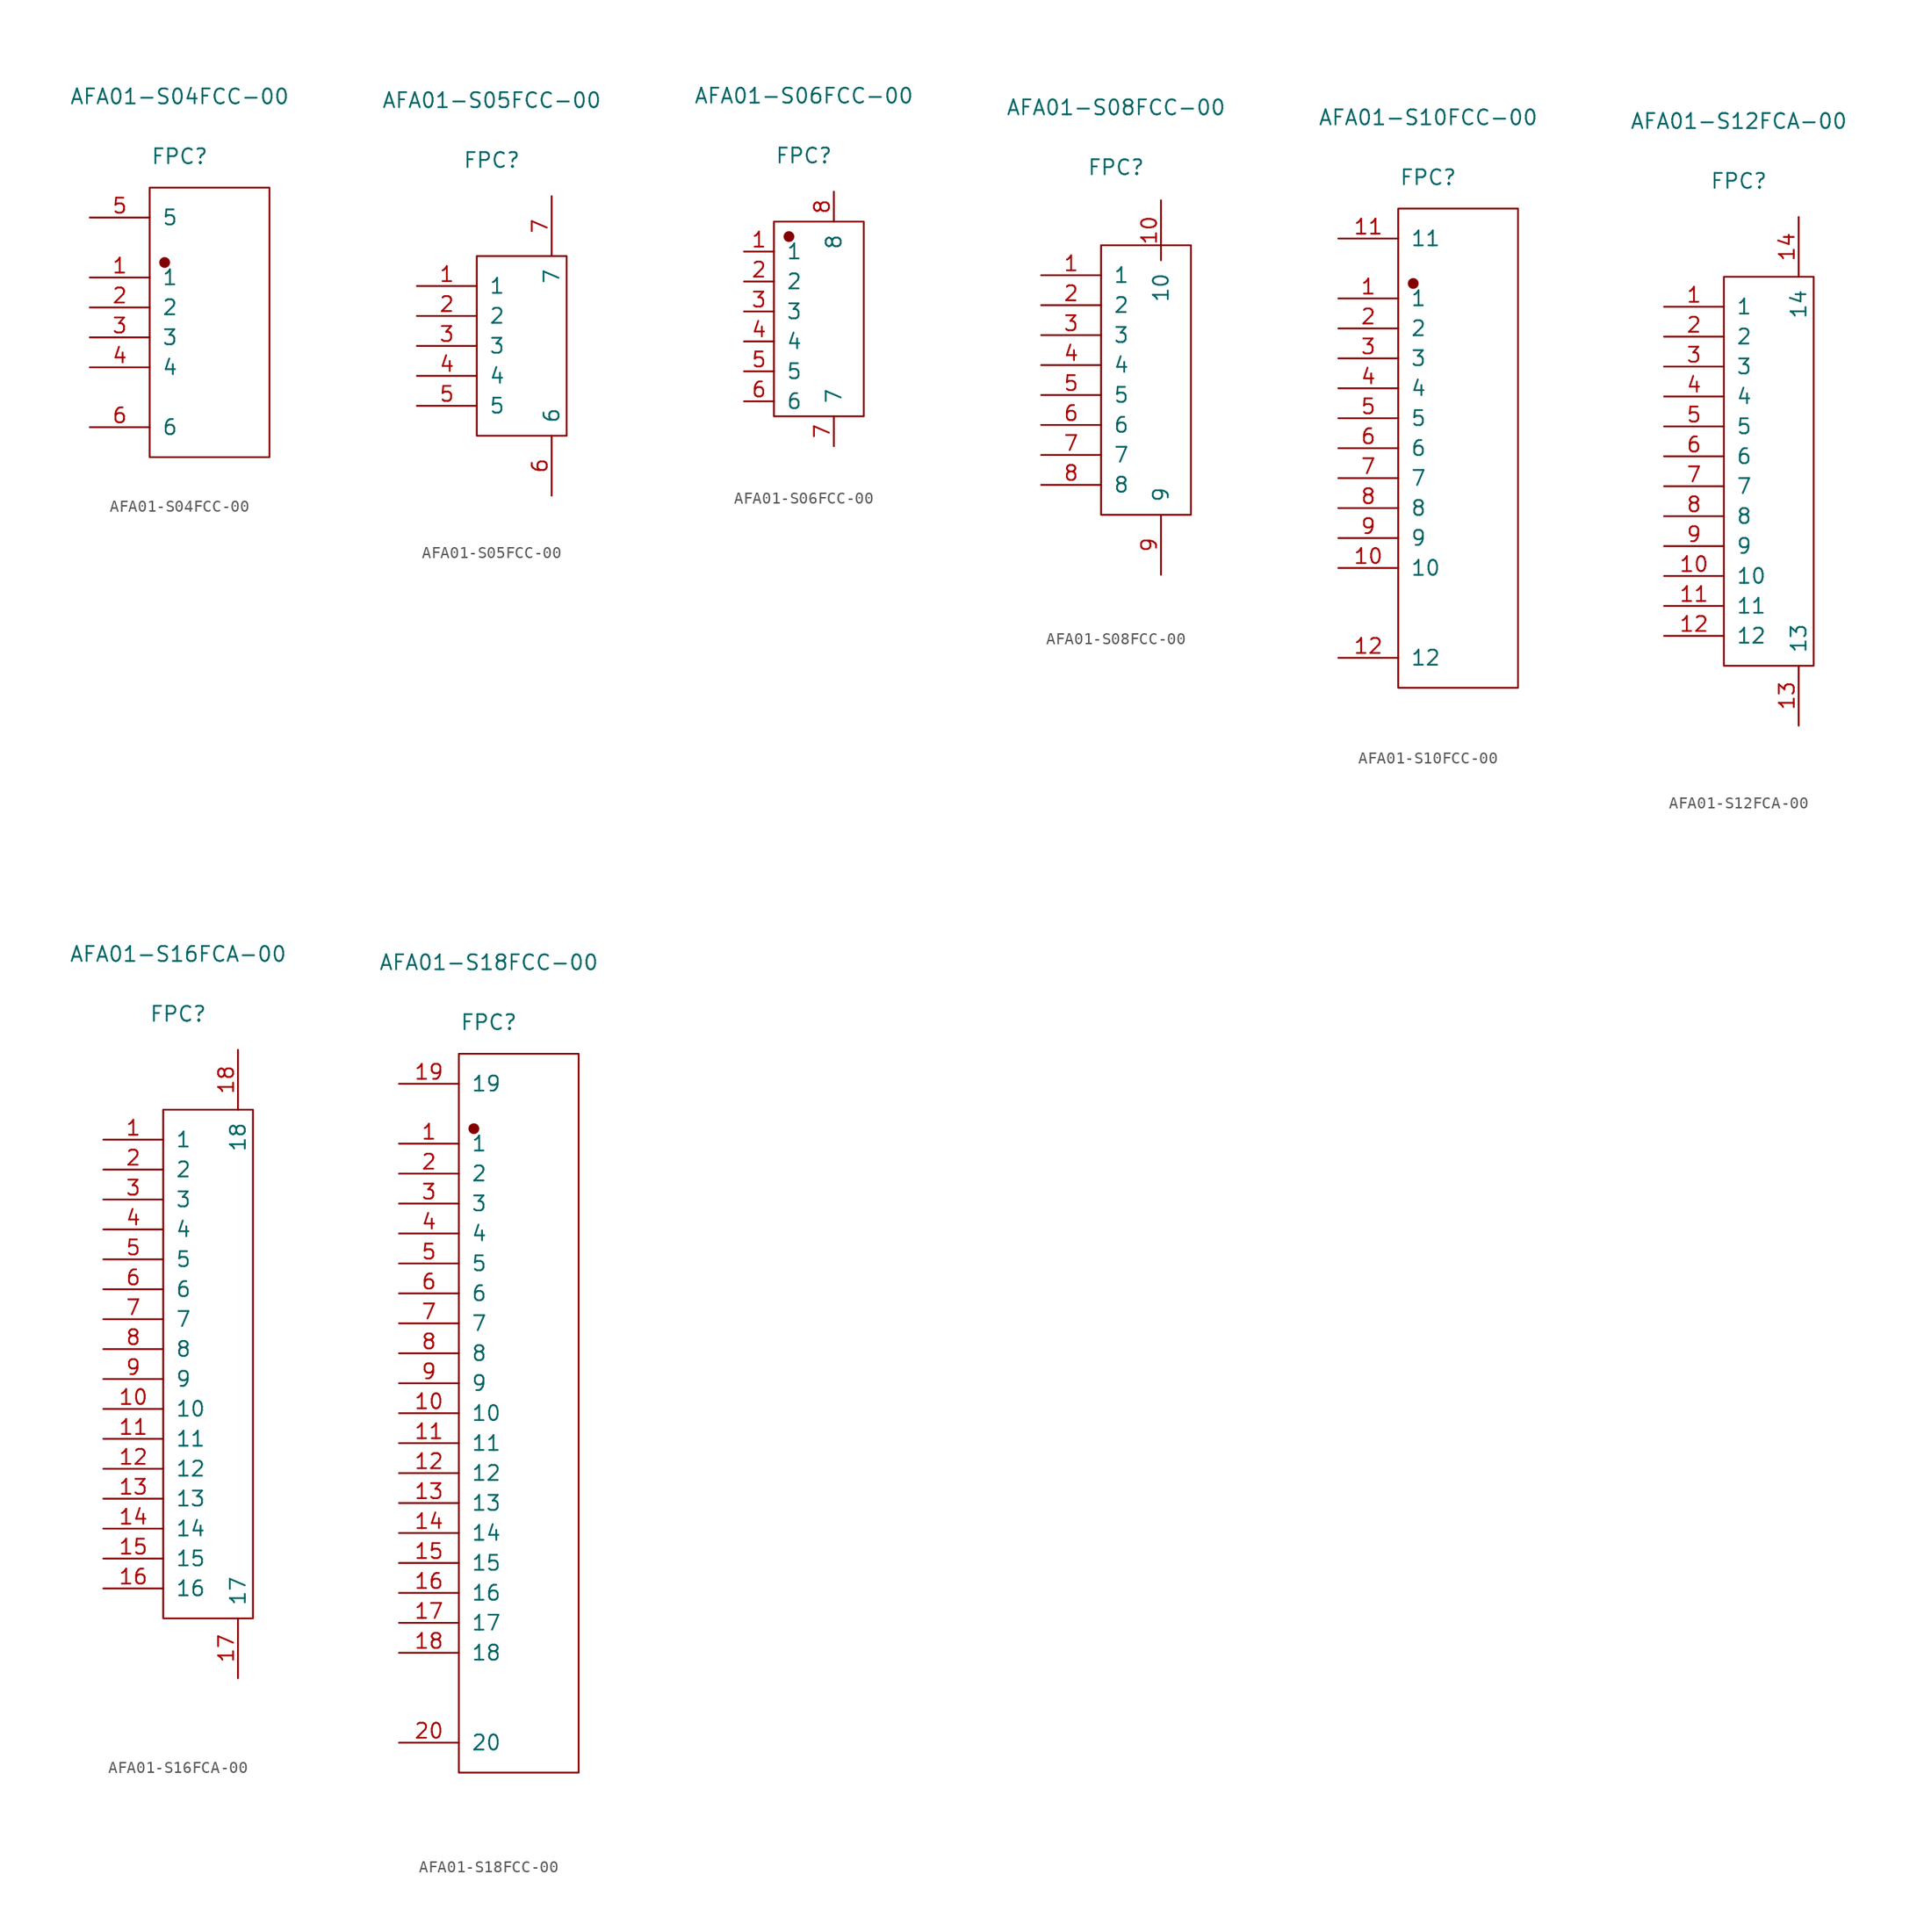
<source format=kicad_sym>
(kicad_symbol_lib
  (version 20220914)
  (generator kicad_symbol_editor)
  (symbol "AFA01-S04FCC-00"
    (pin_names
      (offset 1.016))
    (property "Reference" "FPC"
      (at 0 14.072 0)
      (effects (font (size 1.27 1.27))))
    (property "Value" "AFA01-S04FCC-00"
      (at 0 19.152 0)
      (effects (font (size 1.27 1.27))))
    (symbol "AFA01-S04FCC-00_1_1"
      (rectangle (start -2.54 11.43) (end 7.62 -11.43) (stroke (width 0.152) (type solid)) (fill (type none)))
      (circle (center -1.27 5.08) (radius 0.381) (stroke (width 0.152) (type solid)) (fill (type outline)))
      (pin input line (at -7.62 3.81 0) (length 5.08) (name "1" (effects (font (size 1.27 1.27)))) (number "1" (effects (font (size 1.27 1.27)))))
      (pin input line (at -7.62 1.27 0) (length 5.08) (name "2" (effects (font (size 1.27 1.27)))) (number "2" (effects (font (size 1.27 1.27)))))
      (pin input line (at -7.62 -1.27 0) (length 5.08) (name "3" (effects (font (size 1.27 1.27)))) (number "3" (effects (font (size 1.27 1.27)))))
      (pin input line (at -7.62 -3.81 0) (length 5.08) (name "4" (effects (font (size 1.27 1.27)))) (number "4" (effects (font (size 1.27 1.27)))))
      (pin input line (at -7.62 8.89 0) (length 5.08) (name "5" (effects (font (size 1.27 1.27)))) (number "5" (effects (font (size 1.27 1.27)))))
      (pin input line (at -7.62 -8.89 0) (length 5.08) (name "6" (effects (font (size 1.27 1.27)))) (number "6" (effects (font (size 1.27 1.27)))))))
  (symbol "AFA01-S05FCC-00"
    (pin_names
      (offset 1.016))
    (property "Reference" "FPC"
      (at 0 15.748 0)
      (effects (font (size 1.27 1.27))))
    (property "Value" "AFA01-S05FCC-00"
      (at 0 20.828 0)
      (effects (font (size 1.27 1.27))))
    (symbol "AFA01-S05FCC-00_1_1"
      (rectangle (start -1.27 7.62) (end 6.35 -7.62) (stroke (width 0.152) (type solid)) (fill (type none)))
      (pin input line (at -6.35 5.08 0) (length 5.08) (name "1" (effects (font (size 1.27 1.27)))) (number "1" (effects (font (size 1.27 1.27)))))
      (pin input line (at -6.35 2.54 0) (length 5.08) (name "2" (effects (font (size 1.27 1.27)))) (number "2" (effects (font (size 1.27 1.27)))))
      (pin input line (at -6.35 0 0) (length 5.08) (name "3" (effects (font (size 1.27 1.27)))) (number "3" (effects (font (size 1.27 1.27)))))
      (pin input line (at -6.35 -2.54 0) (length 5.08) (name "4" (effects (font (size 1.27 1.27)))) (number "4" (effects (font (size 1.27 1.27)))))
      (pin input line (at -6.35 -5.08 0) (length 5.08) (name "5" (effects (font (size 1.27 1.27)))) (number "5" (effects (font (size 1.27 1.27)))))
      (pin input line (at 5.08 -12.7 90) (length 5.08) (name "6" (effects (font (size 1.27 1.27)))) (number "6" (effects (font (size 1.27 1.27)))))
      (pin input line (at 5.08 12.7 270) (length 5.08) (name "7" (effects (font (size 1.27 1.27)))) (number "7" (effects (font (size 1.27 1.27)))))))
  (symbol "AFA01-S06FCC-00"
    (pin_names
      (offset 1.016))
    (property "Reference" "FPC"
      (at 0 14.478 0)
      (effects (font (size 1.27 1.27))))
    (property "Value" "AFA01-S06FCC-00"
      (at 0 19.558 0)
      (effects (font (size 1.27 1.27))))
    (symbol "AFA01-S06FCC-00_1_1"
      (rectangle (start -2.54 8.89) (end 5.08 -7.62) (stroke (width 0.152) (type solid)) (fill (type none)))
      (circle (center -1.27 7.62) (radius 0.381) (stroke (width 0.152) (type solid)) (fill (type outline)))
      (pin input line (at -5.08 6.35 0) (length 2.54) (name "1" (effects (font (size 1.27 1.27)))) (number "1" (effects (font (size 1.27 1.27)))))
      (pin input line (at -5.08 3.81 0) (length 2.54) (name "2" (effects (font (size 1.27 1.27)))) (number "2" (effects (font (size 1.27 1.27)))))
      (pin input line (at -5.08 1.27 0) (length 2.54) (name "3" (effects (font (size 1.27 1.27)))) (number "3" (effects (font (size 1.27 1.27)))))
      (pin input line (at -5.08 -1.27 0) (length 2.54) (name "4" (effects (font (size 1.27 1.27)))) (number "4" (effects (font (size 1.27 1.27)))))
      (pin input line (at -5.08 -3.81 0) (length 2.54) (name "5" (effects (font (size 1.27 1.27)))) (number "5" (effects (font (size 1.27 1.27)))))
      (pin input line (at -5.08 -6.35 0) (length 2.54) (name "6" (effects (font (size 1.27 1.27)))) (number "6" (effects (font (size 1.27 1.27)))))
      (pin input line (at 2.54 -10.16 90) (length 2.54) (name "7" (effects (font (size 1.27 1.27)))) (number "7" (effects (font (size 1.27 1.27)))))
      (pin input line (at 2.54 11.43 270) (length 2.54) (name "8" (effects (font (size 1.27 1.27)))) (number "8" (effects (font (size 1.27 1.27)))))))
  (symbol "AFA01-S08FCC-00"
    (pin_names
      (offset 1.016))
    (property "Reference" "FPC"
      (at 0 18.034 0)
      (effects (font (size 1.27 1.27))))
    (property "Value" "AFA01-S08FCC-00"
      (at 0 23.114 0)
      (effects (font (size 1.27 1.27))))
    (symbol "AFA01-S08FCC-00_1_1"
      (rectangle (start -1.27 11.43) (end 6.35 -11.43) (stroke (width 0.152) (type solid)) (fill (type none)))
      (pin input line (at -6.35 8.89 0) (length 5.08) (name "1" (effects (font (size 1.27 1.27)))) (number "1" (effects (font (size 1.27 1.27)))))
      (pin input line (at 3.81 15.24 270) (length 5.08) (name "10" (effects (font (size 1.27 1.27)))) (number "10" (effects (font (size 1.27 1.27)))))
      (pin input line (at -6.35 6.35 0) (length 5.08) (name "2" (effects (font (size 1.27 1.27)))) (number "2" (effects (font (size 1.27 1.27)))))
      (pin input line (at -6.35 3.81 0) (length 5.08) (name "3" (effects (font (size 1.27 1.27)))) (number "3" (effects (font (size 1.27 1.27)))))
      (pin input line (at -6.35 1.27 0) (length 5.08) (name "4" (effects (font (size 1.27 1.27)))) (number "4" (effects (font (size 1.27 1.27)))))
      (pin input line (at -6.35 -1.27 0) (length 5.08) (name "5" (effects (font (size 1.27 1.27)))) (number "5" (effects (font (size 1.27 1.27)))))
      (pin input line (at -6.35 -3.81 0) (length 5.08) (name "6" (effects (font (size 1.27 1.27)))) (number "6" (effects (font (size 1.27 1.27)))))
      (pin input line (at -6.35 -6.35 0) (length 5.08) (name "7" (effects (font (size 1.27 1.27)))) (number "7" (effects (font (size 1.27 1.27)))))
      (pin input line (at -6.35 -8.89 0) (length 5.08) (name "8" (effects (font (size 1.27 1.27)))) (number "8" (effects (font (size 1.27 1.27)))))
      (pin input line (at 3.81 -16.51 90) (length 5.08) (name "9" (effects (font (size 1.27 1.27)))) (number "9" (effects (font (size 1.27 1.27)))))))
  (symbol "AFA01-S10FCC-00"
    (pin_names
      (offset 1.016))
    (property "Reference" "FPC"
      (at 0 22.962 0)
      (effects (font (size 1.27 1.27))))
    (property "Value" "AFA01-S10FCC-00"
      (at 0 28.042 0)
      (effects (font (size 1.27 1.27))))
    (symbol "AFA01-S10FCC-00_1_1"
      (rectangle (start -2.54 20.32) (end 7.62 -20.32) (stroke (width 0.152) (type solid)) (fill (type none)))
      (circle (center -1.27 13.97) (radius 0.381) (stroke (width 0.152) (type solid)) (fill (type outline)))
      (pin input line (at -7.62 12.7 0) (length 5.08) (name "1" (effects (font (size 1.27 1.27)))) (number "1" (effects (font (size 1.27 1.27)))))
      (pin input line (at -7.62 -10.16 0) (length 5.08) (name "10" (effects (font (size 1.27 1.27)))) (number "10" (effects (font (size 1.27 1.27)))))
      (pin input line (at -7.62 17.78 0) (length 5.08) (name "11" (effects (font (size 1.27 1.27)))) (number "11" (effects (font (size 1.27 1.27)))))
      (pin input line (at -7.62 -17.78 0) (length 5.08) (name "12" (effects (font (size 1.27 1.27)))) (number "12" (effects (font (size 1.27 1.27)))))
      (pin input line (at -7.62 10.16 0) (length 5.08) (name "2" (effects (font (size 1.27 1.27)))) (number "2" (effects (font (size 1.27 1.27)))))
      (pin input line (at -7.62 7.62 0) (length 5.08) (name "3" (effects (font (size 1.27 1.27)))) (number "3" (effects (font (size 1.27 1.27)))))
      (pin input line (at -7.62 5.08 0) (length 5.08) (name "4" (effects (font (size 1.27 1.27)))) (number "4" (effects (font (size 1.27 1.27)))))
      (pin input line (at -7.62 2.54 0) (length 5.08) (name "5" (effects (font (size 1.27 1.27)))) (number "5" (effects (font (size 1.27 1.27)))))
      (pin input line (at -7.62 0 0) (length 5.08) (name "6" (effects (font (size 1.27 1.27)))) (number "6" (effects (font (size 1.27 1.27)))))
      (pin input line (at -7.62 -2.54 0) (length 5.08) (name "7" (effects (font (size 1.27 1.27)))) (number "7" (effects (font (size 1.27 1.27)))))
      (pin input line (at -7.62 -5.08 0) (length 5.08) (name "8" (effects (font (size 1.27 1.27)))) (number "8" (effects (font (size 1.27 1.27)))))
      (pin input line (at -7.62 -7.62 0) (length 5.08) (name "9" (effects (font (size 1.27 1.27)))) (number "9" (effects (font (size 1.27 1.27)))))))
  (symbol "AFA01-S12FCA-00"
    (pin_names
      (offset 1.016))
    (property "Reference" "FPC"
      (at 0 24.638 0)
      (effects (font (size 1.27 1.27))))
    (property "Value" "AFA01-S12FCA-00"
      (at 0 29.718 0)
      (effects (font (size 1.27 1.27))))
    (symbol "AFA01-S12FCA-00_1_1"
      (rectangle (start -1.27 16.51) (end 6.35 -16.51) (stroke (width 0.152) (type solid)) (fill (type none)))
      (pin input line (at -6.35 13.97 0) (length 5.08) (name "1" (effects (font (size 1.27 1.27)))) (number "1" (effects (font (size 1.27 1.27)))))
      (pin input line (at -6.35 -8.89 0) (length 5.08) (name "10" (effects (font (size 1.27 1.27)))) (number "10" (effects (font (size 1.27 1.27)))))
      (pin input line (at -6.35 -11.43 0) (length 5.08) (name "11" (effects (font (size 1.27 1.27)))) (number "11" (effects (font (size 1.27 1.27)))))
      (pin input line (at -6.35 -13.97 0) (length 5.08) (name "12" (effects (font (size 1.27 1.27)))) (number "12" (effects (font (size 1.27 1.27)))))
      (pin input line (at 5.08 -21.59 90) (length 5.08) (name "13" (effects (font (size 1.27 1.27)))) (number "13" (effects (font (size 1.27 1.27)))))
      (pin input line (at 5.08 21.59 270) (length 5.08) (name "14" (effects (font (size 1.27 1.27)))) (number "14" (effects (font (size 1.27 1.27)))))
      (pin input line (at -6.35 11.43 0) (length 5.08) (name "2" (effects (font (size 1.27 1.27)))) (number "2" (effects (font (size 1.27 1.27)))))
      (pin input line (at -6.35 8.89 0) (length 5.08) (name "3" (effects (font (size 1.27 1.27)))) (number "3" (effects (font (size 1.27 1.27)))))
      (pin input line (at -6.35 6.35 0) (length 5.08) (name "4" (effects (font (size 1.27 1.27)))) (number "4" (effects (font (size 1.27 1.27)))))
      (pin input line (at -6.35 3.81 0) (length 5.08) (name "5" (effects (font (size 1.27 1.27)))) (number "5" (effects (font (size 1.27 1.27)))))
      (pin input line (at -6.35 1.27 0) (length 5.08) (name "6" (effects (font (size 1.27 1.27)))) (number "6" (effects (font (size 1.27 1.27)))))
      (pin input line (at -6.35 -1.27 0) (length 5.08) (name "7" (effects (font (size 1.27 1.27)))) (number "7" (effects (font (size 1.27 1.27)))))
      (pin input line (at -6.35 -3.81 0) (length 5.08) (name "8" (effects (font (size 1.27 1.27)))) (number "8" (effects (font (size 1.27 1.27)))))
      (pin input line (at -6.35 -6.35 0) (length 5.08) (name "9" (effects (font (size 1.27 1.27)))) (number "9" (effects (font (size 1.27 1.27)))))))
  (symbol "AFA01-S16FCA-00"
    (pin_names
      (offset 1.016))
    (property "Reference" "FPC"
      (at 0 29.718 0)
      (effects (font (size 1.27 1.27))))
    (property "Value" "AFA01-S16FCA-00"
      (at 0 34.798 0)
      (effects (font (size 1.27 1.27))))
    (symbol "AFA01-S16FCA-00_1_1"
      (rectangle (start -1.27 21.59) (end 6.35 -21.59) (stroke (width 0.152) (type solid)) (fill (type none)))
      (pin input line (at -6.35 19.05 0) (length 5.08) (name "1" (effects (font (size 1.27 1.27)))) (number "1" (effects (font (size 1.27 1.27)))))
      (pin input line (at -6.35 -3.81 0) (length 5.08) (name "10" (effects (font (size 1.27 1.27)))) (number "10" (effects (font (size 1.27 1.27)))))
      (pin input line (at -6.35 -6.35 0) (length 5.08) (name "11" (effects (font (size 1.27 1.27)))) (number "11" (effects (font (size 1.27 1.27)))))
      (pin input line (at -6.35 -8.89 0) (length 5.08) (name "12" (effects (font (size 1.27 1.27)))) (number "12" (effects (font (size 1.27 1.27)))))
      (pin input line (at -6.35 -11.43 0) (length 5.08) (name "13" (effects (font (size 1.27 1.27)))) (number "13" (effects (font (size 1.27 1.27)))))
      (pin input line (at -6.35 -13.97 0) (length 5.08) (name "14" (effects (font (size 1.27 1.27)))) (number "14" (effects (font (size 1.27 1.27)))))
      (pin input line (at -6.35 -16.51 0) (length 5.08) (name "15" (effects (font (size 1.27 1.27)))) (number "15" (effects (font (size 1.27 1.27)))))
      (pin input line (at -6.35 -19.05 0) (length 5.08) (name "16" (effects (font (size 1.27 1.27)))) (number "16" (effects (font (size 1.27 1.27)))))
      (pin input line (at 5.08 -26.67 90) (length 5.08) (name "17" (effects (font (size 1.27 1.27)))) (number "17" (effects (font (size 1.27 1.27)))))
      (pin input line (at 5.08 26.67 270) (length 5.08) (name "18" (effects (font (size 1.27 1.27)))) (number "18" (effects (font (size 1.27 1.27)))))
      (pin input line (at -6.35 16.51 0) (length 5.08) (name "2" (effects (font (size 1.27 1.27)))) (number "2" (effects (font (size 1.27 1.27)))))
      (pin input line (at -6.35 13.97 0) (length 5.08) (name "3" (effects (font (size 1.27 1.27)))) (number "3" (effects (font (size 1.27 1.27)))))
      (pin input line (at -6.35 11.43 0) (length 5.08) (name "4" (effects (font (size 1.27 1.27)))) (number "4" (effects (font (size 1.27 1.27)))))
      (pin input line (at -6.35 8.89 0) (length 5.08) (name "5" (effects (font (size 1.27 1.27)))) (number "5" (effects (font (size 1.27 1.27)))))
      (pin input line (at -6.35 6.35 0) (length 5.08) (name "6" (effects (font (size 1.27 1.27)))) (number "6" (effects (font (size 1.27 1.27)))))
      (pin input line (at -6.35 3.81 0) (length 5.08) (name "7" (effects (font (size 1.27 1.27)))) (number "7" (effects (font (size 1.27 1.27)))))
      (pin input line (at -6.35 1.27 0) (length 5.08) (name "8" (effects (font (size 1.27 1.27)))) (number "8" (effects (font (size 1.27 1.27)))))
      (pin input line (at -6.35 -1.27 0) (length 5.08) (name "9" (effects (font (size 1.27 1.27)))) (number "9" (effects (font (size 1.27 1.27)))))))
  (symbol "AFA01-S18FCC-00"
    (pin_names
      (offset 1.016))
    (property "Reference" "FPC"
      (at 0 33.147 0)
      (effects (font (size 1.27 1.27))))
    (property "Value" "AFA01-S18FCC-00"
      (at 0 38.227 0)
      (effects (font (size 1.27 1.27))))
    (symbol "AFA01-S18FCC-00_1_1"
      (rectangle (start -2.54 30.48) (end 7.62 -30.48) (stroke (width 0.152) (type solid)) (fill (type none)))
      (circle (center -1.27 24.13) (radius 0.381) (stroke (width 0.152) (type solid)) (fill (type outline)))
      (pin input line (at -7.62 22.86 0) (length 5.08) (name "1" (effects (font (size 1.27 1.27)))) (number "1" (effects (font (size 1.27 1.27)))))
      (pin input line (at -7.62 0 0) (length 5.08) (name "10" (effects (font (size 1.27 1.27)))) (number "10" (effects (font (size 1.27 1.27)))))
      (pin input line (at -7.62 -2.54 0) (length 5.08) (name "11" (effects (font (size 1.27 1.27)))) (number "11" (effects (font (size 1.27 1.27)))))
      (pin input line (at -7.62 -5.08 0) (length 5.08) (name "12" (effects (font (size 1.27 1.27)))) (number "12" (effects (font (size 1.27 1.27)))))
      (pin input line (at -7.62 -7.62 0) (length 5.08) (name "13" (effects (font (size 1.27 1.27)))) (number "13" (effects (font (size 1.27 1.27)))))
      (pin input line (at -7.62 -10.16 0) (length 5.08) (name "14" (effects (font (size 1.27 1.27)))) (number "14" (effects (font (size 1.27 1.27)))))
      (pin input line (at -7.62 -12.7 0) (length 5.08) (name "15" (effects (font (size 1.27 1.27)))) (number "15" (effects (font (size 1.27 1.27)))))
      (pin input line (at -7.62 -15.24 0) (length 5.08) (name "16" (effects (font (size 1.27 1.27)))) (number "16" (effects (font (size 1.27 1.27)))))
      (pin input line (at -7.62 -17.78 0) (length 5.08) (name "17" (effects (font (size 1.27 1.27)))) (number "17" (effects (font (size 1.27 1.27)))))
      (pin input line (at -7.62 -20.32 0) (length 5.08) (name "18" (effects (font (size 1.27 1.27)))) (number "18" (effects (font (size 1.27 1.27)))))
      (pin input line (at -7.62 27.94 0) (length 5.08) (name "19" (effects (font (size 1.27 1.27)))) (number "19" (effects (font (size 1.27 1.27)))))
      (pin input line (at -7.62 20.32 0) (length 5.08) (name "2" (effects (font (size 1.27 1.27)))) (number "2" (effects (font (size 1.27 1.27)))))
      (pin input line (at -7.62 -27.94 0) (length 5.08) (name "20" (effects (font (size 1.27 1.27)))) (number "20" (effects (font (size 1.27 1.27)))))
      (pin input line (at -7.62 17.78 0) (length 5.08) (name "3" (effects (font (size 1.27 1.27)))) (number "3" (effects (font (size 1.27 1.27)))))
      (pin input line (at -7.62 15.24 0) (length 5.08) (name "4" (effects (font (size 1.27 1.27)))) (number "4" (effects (font (size 1.27 1.27)))))
      (pin input line (at -7.62 12.7 0) (length 5.08) (name "5" (effects (font (size 1.27 1.27)))) (number "5" (effects (font (size 1.27 1.27)))))
      (pin input line (at -7.62 10.16 0) (length 5.08) (name "6" (effects (font (size 1.27 1.27)))) (number "6" (effects (font (size 1.27 1.27)))))
      (pin input line (at -7.62 7.62 0) (length 5.08) (name "7" (effects (font (size 1.27 1.27)))) (number "7" (effects (font (size 1.27 1.27)))))
      (pin input line (at -7.62 5.08 0) (length 5.08) (name "8" (effects (font (size 1.27 1.27)))) (number "8" (effects (font (size 1.27 1.27)))))
      (pin input line (at -7.62 2.54 0) (length 5.08) (name "9" (effects (font (size 1.27 1.27)))) (number "9" (effects (font (size 1.27 1.27))))))))
</source>
